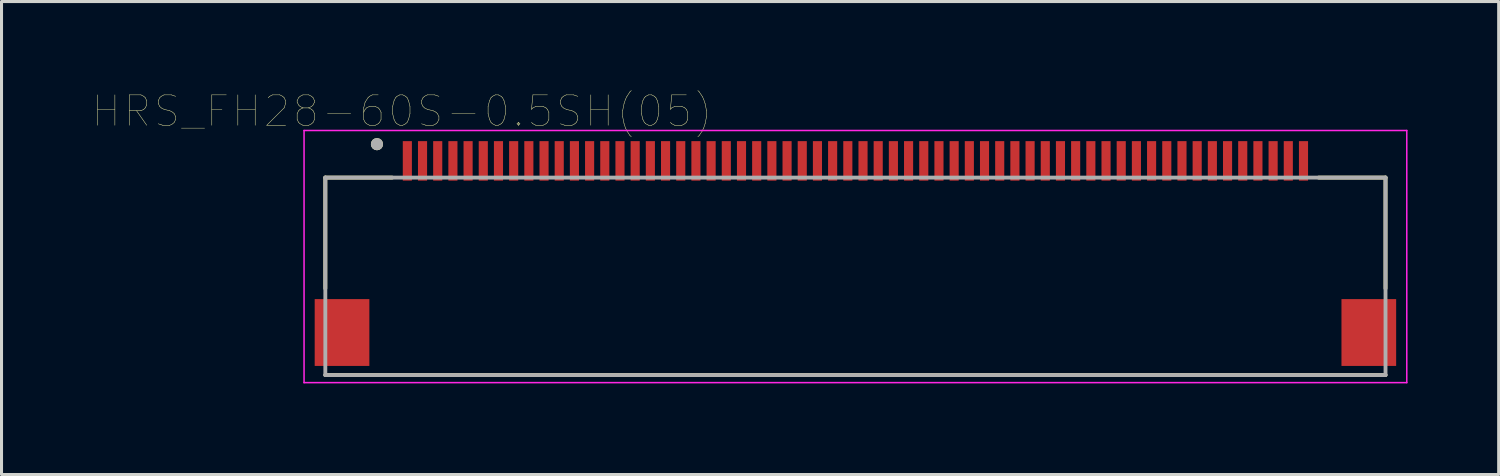
<source format=kicad_pcb>
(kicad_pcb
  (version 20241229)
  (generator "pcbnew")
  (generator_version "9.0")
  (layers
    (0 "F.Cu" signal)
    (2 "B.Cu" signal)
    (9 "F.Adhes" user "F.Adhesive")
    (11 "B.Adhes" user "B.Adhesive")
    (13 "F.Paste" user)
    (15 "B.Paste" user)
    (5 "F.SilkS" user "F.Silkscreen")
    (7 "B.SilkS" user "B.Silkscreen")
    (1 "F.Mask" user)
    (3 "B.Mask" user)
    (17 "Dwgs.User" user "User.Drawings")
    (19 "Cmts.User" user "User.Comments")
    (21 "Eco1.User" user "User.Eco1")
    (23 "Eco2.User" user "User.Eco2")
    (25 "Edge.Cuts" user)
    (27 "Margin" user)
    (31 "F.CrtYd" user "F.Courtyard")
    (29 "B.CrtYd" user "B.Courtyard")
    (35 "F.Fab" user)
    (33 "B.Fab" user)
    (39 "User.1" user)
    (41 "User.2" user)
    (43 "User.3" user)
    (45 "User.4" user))
  (footprint "HRS_FH28-60S-0.5SH(05)"
    (layer "F.Cu")
    (at 25.109 2.246)
    (property "Reference" "HRS_FH28-60S-0.5SH(05)" (at -14.925 -1.635 0) (layer "F.SilkS") (effects (font (size 1 1) (thickness 0.015))))
    (attr through_hole)
    (fp_line (start -17.45 0.55) (end -15.25 0.55) (stroke (width 0.127) (type solid)) (layer "F.SilkS"))
    (fp_line (start -17.45 4.2) (end -17.45 0.55) (stroke (width 0.127) (type solid)) (layer "F.SilkS"))
    (fp_line (start -17.45 7.05) (end 17.45 7.05) (stroke (width 0.127) (type solid)) (layer "F.SilkS"))
    (fp_line (start 17.45 0.55) (end 15.25 0.55) (stroke (width 0.127) (type solid)) (layer "F.SilkS"))
    (fp_line (start 17.45 4.2) (end 17.45 0.55) (stroke (width 0.127) (type solid)) (layer "F.SilkS"))
    (fp_circle (center -15.75 -0.55) (end -15.65 -0.55) (stroke (width 0.2) (type solid)) (fill no) (layer "F.SilkS"))
    (fp_poly (pts (xy -14.875 -0.65) (xy -14.625 -0.65) (xy -14.625 0.65) (xy -14.875 0.65)) (stroke (width 0.01) (type solid)) (fill yes) (layer "F.Paste"))
    (fp_poly (pts (xy -14.375 -0.65) (xy -14.125 -0.65) (xy -14.125 0.65) (xy -14.375 0.65)) (stroke (width 0.01) (type solid)) (fill yes) (layer "F.Paste"))
    (fp_poly (pts (xy -13.875 -0.65) (xy -13.625 -0.65) (xy -13.625 0.65) (xy -13.875 0.65)) (stroke (width 0.01) (type solid)) (fill yes) (layer "F.Paste"))
    (fp_poly (pts (xy -13.375 -0.65) (xy -13.125 -0.65) (xy -13.125 0.65) (xy -13.375 0.65)) (stroke (width 0.01) (type solid)) (fill yes) (layer "F.Paste"))
    (fp_poly (pts (xy -12.875 -0.65) (xy -12.625 -0.65) (xy -12.625 0.65) (xy -12.875 0.65)) (stroke (width 0.01) (type solid)) (fill yes) (layer "F.Paste"))
    (fp_poly (pts (xy -12.375 -0.65) (xy -12.125 -0.65) (xy -12.125 0.65) (xy -12.375 0.65)) (stroke (width 0.01) (type solid)) (fill yes) (layer "F.Paste"))
    (fp_poly (pts (xy -11.875 -0.65) (xy -11.625 -0.65) (xy -11.625 0.65) (xy -11.875 0.65)) (stroke (width 0.01) (type solid)) (fill yes) (layer "F.Paste"))
    (fp_poly (pts (xy -11.375 -0.65) (xy -11.125 -0.65) (xy -11.125 0.65) (xy -11.375 0.65)) (stroke (width 0.01) (type solid)) (fill yes) (layer "F.Paste"))
    (fp_poly (pts (xy -10.875 -0.65) (xy -10.625 -0.65) (xy -10.625 0.65) (xy -10.875 0.65)) (stroke (width 0.01) (type solid)) (fill yes) (layer "F.Paste"))
    (fp_poly (pts (xy -10.375 -0.65) (xy -10.125 -0.65) (xy -10.125 0.65) (xy -10.375 0.65)) (stroke (width 0.01) (type solid)) (fill yes) (layer "F.Paste"))
    (fp_poly (pts (xy -9.875 -0.65) (xy -9.625 -0.65) (xy -9.625 0.65) (xy -9.875 0.65)) (stroke (width 0.01) (type solid)) (fill yes) (layer "F.Paste"))
    (fp_poly (pts (xy -9.375 -0.65) (xy -9.125 -0.65) (xy -9.125 0.65) (xy -9.375 0.65)) (stroke (width 0.01) (type solid)) (fill yes) (layer "F.Paste"))
    (fp_poly (pts (xy -8.875 -0.65) (xy -8.625 -0.65) (xy -8.625 0.65) (xy -8.875 0.65)) (stroke (width 0.01) (type solid)) (fill yes) (layer "F.Paste"))
    (fp_poly (pts (xy -8.375 -0.65) (xy -8.125 -0.65) (xy -8.125 0.65) (xy -8.375 0.65)) (stroke (width 0.01) (type solid)) (fill yes) (layer "F.Paste"))
    (fp_poly (pts (xy -7.875 -0.65) (xy -7.625 -0.65) (xy -7.625 0.65) (xy -7.875 0.65)) (stroke (width 0.01) (type solid)) (fill yes) (layer "F.Paste"))
    (fp_poly (pts (xy -7.375 -0.65) (xy -7.125 -0.65) (xy -7.125 0.65) (xy -7.375 0.65)) (stroke (width 0.01) (type solid)) (fill yes) (layer "F.Paste"))
    (fp_poly (pts (xy -6.875 -0.65) (xy -6.625 -0.65) (xy -6.625 0.65) (xy -6.875 0.65)) (stroke (width 0.01) (type solid)) (fill yes) (layer "F.Paste"))
    (fp_poly (pts (xy -6.375 -0.65) (xy -6.125 -0.65) (xy -6.125 0.65) (xy -6.375 0.65)) (stroke (width 0.01) (type solid)) (fill yes) (layer "F.Paste"))
    (fp_poly (pts (xy -5.875 -0.65) (xy -5.625 -0.65) (xy -5.625 0.65) (xy -5.875 0.65)) (stroke (width 0.01) (type solid)) (fill yes) (layer "F.Paste"))
    (fp_poly (pts (xy -5.375 -0.65) (xy -5.125 -0.65) (xy -5.125 0.65) (xy -5.375 0.65)) (stroke (width 0.01) (type solid)) (fill yes) (layer "F.Paste"))
    (fp_poly (pts (xy -4.875 -0.65) (xy -4.625 -0.65) (xy -4.625 0.65) (xy -4.875 0.65)) (stroke (width 0.01) (type solid)) (fill yes) (layer "F.Paste"))
    (fp_poly (pts (xy -4.375 -0.65) (xy -4.125 -0.65) (xy -4.125 0.65) (xy -4.375 0.65)) (stroke (width 0.01) (type solid)) (fill yes) (layer "F.Paste"))
    (fp_poly (pts (xy -3.875 -0.65) (xy -3.625 -0.65) (xy -3.625 0.65) (xy -3.875 0.65)) (stroke (width 0.01) (type solid)) (fill yes) (layer "F.Paste"))
    (fp_poly (pts (xy -3.375 -0.65) (xy -3.125 -0.65) (xy -3.125 0.65) (xy -3.375 0.65)) (stroke (width 0.01) (type solid)) (fill yes) (layer "F.Paste"))
    (fp_poly (pts (xy -2.875 -0.65) (xy -2.625 -0.65) (xy -2.625 0.65) (xy -2.875 0.65)) (stroke (width 0.01) (type solid)) (fill yes) (layer "F.Paste"))
    (fp_poly (pts (xy -2.375 -0.65) (xy -2.125 -0.65) (xy -2.125 0.65) (xy -2.375 0.65)) (stroke (width 0.01) (type solid)) (fill yes) (layer "F.Paste"))
    (fp_poly (pts (xy -1.875 -0.65) (xy -1.625 -0.65) (xy -1.625 0.65) (xy -1.875 0.65)) (stroke (width 0.01) (type solid)) (fill yes) (layer "F.Paste"))
    (fp_poly (pts (xy -1.375 -0.65) (xy -1.125 -0.65) (xy -1.125 0.65) (xy -1.375 0.65)) (stroke (width 0.01) (type solid)) (fill yes) (layer "F.Paste"))
    (fp_poly (pts (xy -0.875 -0.65) (xy -0.625 -0.65) (xy -0.625 0.65) (xy -0.875 0.65)) (stroke (width 0.01) (type solid)) (fill yes) (layer "F.Paste"))
    (fp_poly (pts (xy -0.375 -0.65) (xy -0.125 -0.65) (xy -0.125 0.65) (xy -0.375 0.65)) (stroke (width 0.01) (type solid)) (fill yes) (layer "F.Paste"))
    (fp_poly (pts (xy 0.125 -0.65) (xy 0.375 -0.65) (xy 0.375 0.65) (xy 0.125 0.65)) (stroke (width 0.01) (type solid)) (fill yes) (layer "F.Paste"))
    (fp_poly (pts (xy 0.625 -0.65) (xy 0.875 -0.65) (xy 0.875 0.65) (xy 0.625 0.65)) (stroke (width 0.01) (type solid)) (fill yes) (layer "F.Paste"))
    (fp_poly (pts (xy 1.125 -0.65) (xy 1.375 -0.65) (xy 1.375 0.65) (xy 1.125 0.65)) (stroke (width 0.01) (type solid)) (fill yes) (layer "F.Paste"))
    (fp_poly (pts (xy 1.625 -0.65) (xy 1.875 -0.65) (xy 1.875 0.65) (xy 1.625 0.65)) (stroke (width 0.01) (type solid)) (fill yes) (layer "F.Paste"))
    (fp_poly (pts (xy 2.125 -0.65) (xy 2.375 -0.65) (xy 2.375 0.65) (xy 2.125 0.65)) (stroke (width 0.01) (type solid)) (fill yes) (layer "F.Paste"))
    (fp_poly (pts (xy 2.625 -0.65) (xy 2.875 -0.65) (xy 2.875 0.65) (xy 2.625 0.65)) (stroke (width 0.01) (type solid)) (fill yes) (layer "F.Paste"))
    (fp_poly (pts (xy 3.125 -0.65) (xy 3.375 -0.65) (xy 3.375 0.65) (xy 3.125 0.65)) (stroke (width 0.01) (type solid)) (fill yes) (layer "F.Paste"))
    (fp_poly (pts (xy 3.625 -0.65) (xy 3.875 -0.65) (xy 3.875 0.65) (xy 3.625 0.65)) (stroke (width 0.01) (type solid)) (fill yes) (layer "F.Paste"))
    (fp_poly (pts (xy 4.125 -0.65) (xy 4.375 -0.65) (xy 4.375 0.65) (xy 4.125 0.65)) (stroke (width 0.01) (type solid)) (fill yes) (layer "F.Paste"))
    (fp_poly (pts (xy 4.625 -0.65) (xy 4.875 -0.65) (xy 4.875 0.65) (xy 4.625 0.65)) (stroke (width 0.01) (type solid)) (fill yes) (layer "F.Paste"))
    (fp_poly (pts (xy 5.125 -0.65) (xy 5.375 -0.65) (xy 5.375 0.65) (xy 5.125 0.65)) (stroke (width 0.01) (type solid)) (fill yes) (layer "F.Paste"))
    (fp_poly (pts (xy 5.625 -0.65) (xy 5.875 -0.65) (xy 5.875 0.65) (xy 5.625 0.65)) (stroke (width 0.01) (type solid)) (fill yes) (layer "F.Paste"))
    (fp_poly (pts (xy 6.125 -0.65) (xy 6.375 -0.65) (xy 6.375 0.65) (xy 6.125 0.65)) (stroke (width 0.01) (type solid)) (fill yes) (layer "F.Paste"))
    (fp_poly (pts (xy 6.625 -0.65) (xy 6.875 -0.65) (xy 6.875 0.65) (xy 6.625 0.65)) (stroke (width 0.01) (type solid)) (fill yes) (layer "F.Paste"))
    (fp_poly (pts (xy 7.125 -0.65) (xy 7.375 -0.65) (xy 7.375 0.65) (xy 7.125 0.65)) (stroke (width 0.01) (type solid)) (fill yes) (layer "F.Paste"))
    (fp_poly (pts (xy 7.625 -0.65) (xy 7.875 -0.65) (xy 7.875 0.65) (xy 7.625 0.65)) (stroke (width 0.01) (type solid)) (fill yes) (layer "F.Paste"))
    (fp_poly (pts (xy 8.125 -0.65) (xy 8.375 -0.65) (xy 8.375 0.65) (xy 8.125 0.65)) (stroke (width 0.01) (type solid)) (fill yes) (layer "F.Paste"))
    (fp_poly (pts (xy 8.625 -0.65) (xy 8.875 -0.65) (xy 8.875 0.65) (xy 8.625 0.65)) (stroke (width 0.01) (type solid)) (fill yes) (layer "F.Paste"))
    (fp_poly (pts (xy 9.125 -0.65) (xy 9.375 -0.65) (xy 9.375 0.65) (xy 9.125 0.65)) (stroke (width 0.01) (type solid)) (fill yes) (layer "F.Paste"))
    (fp_poly (pts (xy 9.625 -0.65) (xy 9.875 -0.65) (xy 9.875 0.65) (xy 9.625 0.65)) (stroke (width 0.01) (type solid)) (fill yes) (layer "F.Paste"))
    (fp_poly (pts (xy 10.125 -0.65) (xy 10.375 -0.65) (xy 10.375 0.65) (xy 10.125 0.65)) (stroke (width 0.01) (type solid)) (fill yes) (layer "F.Paste"))
    (fp_poly (pts (xy 10.625 -0.65) (xy 10.875 -0.65) (xy 10.875 0.65) (xy 10.625 0.65)) (stroke (width 0.01) (type solid)) (fill yes) (layer "F.Paste"))
    (fp_poly (pts (xy 11.125 -0.65) (xy 11.375 -0.65) (xy 11.375 0.65) (xy 11.125 0.65)) (stroke (width 0.01) (type solid)) (fill yes) (layer "F.Paste"))
    (fp_poly (pts (xy 11.625 -0.65) (xy 11.875 -0.65) (xy 11.875 0.65) (xy 11.625 0.65)) (stroke (width 0.01) (type solid)) (fill yes) (layer "F.Paste"))
    (fp_poly (pts (xy 12.125 -0.65) (xy 12.375 -0.65) (xy 12.375 0.65) (xy 12.125 0.65)) (stroke (width 0.01) (type solid)) (fill yes) (layer "F.Paste"))
    (fp_poly (pts (xy 12.625 -0.65) (xy 12.875 -0.65) (xy 12.875 0.65) (xy 12.625 0.65)) (stroke (width 0.01) (type solid)) (fill yes) (layer "F.Paste"))
    (fp_poly (pts (xy 13.125 -0.65) (xy 13.375 -0.65) (xy 13.375 0.65) (xy 13.125 0.65)) (stroke (width 0.01) (type solid)) (fill yes) (layer "F.Paste"))
    (fp_poly (pts (xy 13.625 -0.65) (xy 13.875 -0.65) (xy 13.875 0.65) (xy 13.625 0.65)) (stroke (width 0.01) (type solid)) (fill yes) (layer "F.Paste"))
    (fp_poly (pts (xy 14.125 -0.65) (xy 14.375 -0.65) (xy 14.375 0.65) (xy 14.125 0.65)) (stroke (width 0.01) (type solid)) (fill yes) (layer "F.Paste"))
    (fp_poly (pts (xy 14.625 -0.65) (xy 14.875 -0.65) (xy 14.875 0.65) (xy 14.625 0.65)) (stroke (width 0.01) (type solid)) (fill yes) (layer "F.Paste"))
    (fp_line (start -18.15 -1) (end -18.15 7.3) (stroke (width 0.05) (type solid)) (layer "F.CrtYd"))
    (fp_line (start -18.15 7.3) (end 18.15 7.3) (stroke (width 0.05) (type solid)) (layer "F.CrtYd"))
    (fp_line (start 18.15 -1) (end -18.15 -1) (stroke (width 0.05) (type solid)) (layer "F.CrtYd"))
    (fp_line (start 18.15 7.3) (end 18.15 -1) (stroke (width 0.05) (type solid)) (layer "F.CrtYd"))
    (fp_line (start -17.45 0.55) (end -17.45 7.05) (stroke (width 0.127) (type solid)) (layer "F.Fab"))
    (fp_line (start -17.45 7.05) (end 17.45 7.05) (stroke (width 0.127) (type solid)) (layer "F.Fab"))
    (fp_line (start 17.45 0.55) (end -17.45 0.55) (stroke (width 0.127) (type solid)) (layer "F.Fab"))
    (fp_line (start 17.45 7.05) (end 17.45 0.55) (stroke (width 0.127) (type solid)) (layer "F.Fab"))
    (fp_circle (center -15.75 -0.55) (end -15.65 -0.55) (stroke (width 0.2) (type solid)) (fill no) (layer "F.Fab"))
    (pad "1" smd rect (at -14.75 0) (size 0.3 1.3) (layers "F.Cu" "F.Mask"))
    (pad "2" smd rect (at -14.25 0) (size 0.3 1.3) (layers "F.Cu" "F.Mask"))
    (pad "3" smd rect (at -13.75 0) (size 0.3 1.3) (layers "F.Cu" "F.Mask"))
    (pad "4" smd rect (at -13.25 0) (size 0.3 1.3) (layers "F.Cu" "F.Mask"))
    (pad "5" smd rect (at -12.75 0) (size 0.3 1.3) (layers "F.Cu" "F.Mask"))
    (pad "6" smd rect (at -12.25 0) (size 0.3 1.3) (layers "F.Cu" "F.Mask"))
    (pad "7" smd rect (at -11.75 0) (size 0.3 1.3) (layers "F.Cu" "F.Mask"))
    (pad "8" smd rect (at -11.25 0) (size 0.3 1.3) (layers "F.Cu" "F.Mask"))
    (pad "9" smd rect (at -10.75 0) (size 0.3 1.3) (layers "F.Cu" "F.Mask"))
    (pad "10" smd rect (at -10.25 0) (size 0.3 1.3) (layers "F.Cu" "F.Mask"))
    (pad "11" smd rect (at -9.75 0) (size 0.3 1.3) (layers "F.Cu" "F.Mask"))
    (pad "12" smd rect (at -9.25 0) (size 0.3 1.3) (layers "F.Cu" "F.Mask"))
    (pad "13" smd rect (at -8.75 0) (size 0.3 1.3) (layers "F.Cu" "F.Mask"))
    (pad "14" smd rect (at -8.25 0) (size 0.3 1.3) (layers "F.Cu" "F.Mask"))
    (pad "15" smd rect (at -7.75 0) (size 0.3 1.3) (layers "F.Cu" "F.Mask"))
    (pad "16" smd rect (at -7.25 0) (size 0.3 1.3) (layers "F.Cu" "F.Mask"))
    (pad "17" smd rect (at -6.75 0) (size 0.3 1.3) (layers "F.Cu" "F.Mask"))
    (pad "18" smd rect (at -6.25 0) (size 0.3 1.3) (layers "F.Cu" "F.Mask"))
    (pad "19" smd rect (at -5.75 0) (size 0.3 1.3) (layers "F.Cu" "F.Mask"))
    (pad "20" smd rect (at -5.25 0) (size 0.3 1.3) (layers "F.Cu" "F.Mask"))
    (pad "21" smd rect (at -4.75 0) (size 0.3 1.3) (layers "F.Cu" "F.Mask"))
    (pad "22" smd rect (at -4.25 0) (size 0.3 1.3) (layers "F.Cu" "F.Mask"))
    (pad "23" smd rect (at -3.75 0) (size 0.3 1.3) (layers "F.Cu" "F.Mask"))
    (pad "24" smd rect (at -3.25 0) (size 0.3 1.3) (layers "F.Cu" "F.Mask"))
    (pad "25" smd rect (at -2.75 0) (size 0.3 1.3) (layers "F.Cu" "F.Mask"))
    (pad "26" smd rect (at -2.25 0) (size 0.3 1.3) (layers "F.Cu" "F.Mask"))
    (pad "27" smd rect (at -1.75 0) (size 0.3 1.3) (layers "F.Cu" "F.Mask"))
    (pad "28" smd rect (at -1.25 0) (size 0.3 1.3) (layers "F.Cu" "F.Mask"))
    (pad "29" smd rect (at -0.75 0) (size 0.3 1.3) (layers "F.Cu" "F.Mask"))
    (pad "30" smd rect (at -0.25 0) (size 0.3 1.3) (layers "F.Cu" "F.Mask"))
    (pad "31" smd rect (at 0.25 0) (size 0.3 1.3) (layers "F.Cu" "F.Mask"))
    (pad "32" smd rect (at 0.75 0) (size 0.3 1.3) (layers "F.Cu" "F.Mask"))
    (pad "33" smd rect (at 1.25 0) (size 0.3 1.3) (layers "F.Cu" "F.Mask"))
    (pad "34" smd rect (at 1.75 0) (size 0.3 1.3) (layers "F.Cu" "F.Mask"))
    (pad "35" smd rect (at 2.25 0) (size 0.3 1.3) (layers "F.Cu" "F.Mask"))
    (pad "36" smd rect (at 2.75 0) (size 0.3 1.3) (layers "F.Cu" "F.Mask"))
    (pad "37" smd rect (at 3.25 0) (size 0.3 1.3) (layers "F.Cu" "F.Mask"))
    (pad "38" smd rect (at 3.75 0) (size 0.3 1.3) (layers "F.Cu" "F.Mask"))
    (pad "39" smd rect (at 4.25 0) (size 0.3 1.3) (layers "F.Cu" "F.Mask"))
    (pad "40" smd rect (at 4.75 0) (size 0.3 1.3) (layers "F.Cu" "F.Mask"))
    (pad "41" smd rect (at 5.25 0) (size 0.3 1.3) (layers "F.Cu" "F.Mask"))
    (pad "42" smd rect (at 5.75 0) (size 0.3 1.3) (layers "F.Cu" "F.Mask"))
    (pad "43" smd rect (at 6.25 0) (size 0.3 1.3) (layers "F.Cu" "F.Mask"))
    (pad "44" smd rect (at 6.75 0) (size 0.3 1.3) (layers "F.Cu" "F.Mask"))
    (pad "45" smd rect (at 7.25 0) (size 0.3 1.3) (layers "F.Cu" "F.Mask"))
    (pad "46" smd rect (at 7.75 0) (size 0.3 1.3) (layers "F.Cu" "F.Mask"))
    (pad "47" smd rect (at 8.25 0) (size 0.3 1.3) (layers "F.Cu" "F.Mask"))
    (pad "48" smd rect (at 8.75 0) (size 0.3 1.3) (layers "F.Cu" "F.Mask"))
    (pad "49" smd rect (at 9.25 0) (size 0.3 1.3) (layers "F.Cu" "F.Mask"))
    (pad "50" smd rect (at 9.75 0) (size 0.3 1.3) (layers "F.Cu" "F.Mask"))
    (pad "51" smd rect (at 10.25 0) (size 0.3 1.3) (layers "F.Cu" "F.Mask"))
    (pad "52" smd rect (at 10.75 0) (size 0.3 1.3) (layers "F.Cu" "F.Mask"))
    (pad "53" smd rect (at 11.25 0) (size 0.3 1.3) (layers "F.Cu" "F.Mask"))
    (pad "54" smd rect (at 11.75 0) (size 0.3 1.3) (layers "F.Cu" "F.Mask"))
    (pad "55" smd rect (at 12.25 0) (size 0.3 1.3) (layers "F.Cu" "F.Mask"))
    (pad "56" smd rect (at 12.75 0) (size 0.3 1.3) (layers "F.Cu" "F.Mask"))
    (pad "57" smd rect (at 13.25 0) (size 0.3 1.3) (layers "F.Cu" "F.Mask"))
    (pad "58" smd rect (at 13.75 0) (size 0.3 1.3) (layers "F.Cu" "F.Mask"))
    (pad "59" smd rect (at 14.25 0) (size 0.3 1.3) (layers "F.Cu" "F.Mask"))
    (pad "60" smd rect (at 14.75 0) (size 0.3 1.3) (layers "F.Cu" "F.Mask"))
    (pad "S1" smd rect (at -16.9 5.65) (size 1.8 2.2) (layers "F.Cu" "F.Mask" "F.Paste"))
    (pad "S2" smd rect (at 16.9 5.65) (size 1.8 2.2) (layers "F.Cu" "F.Mask" "F.Paste")))
  (gr_rect
    (start -3 -3)
    (end 46.284 12.571)
    (stroke (width 0.1) (type default))
    (fill no)
    (layer "Edge.Cuts")))
</source>
